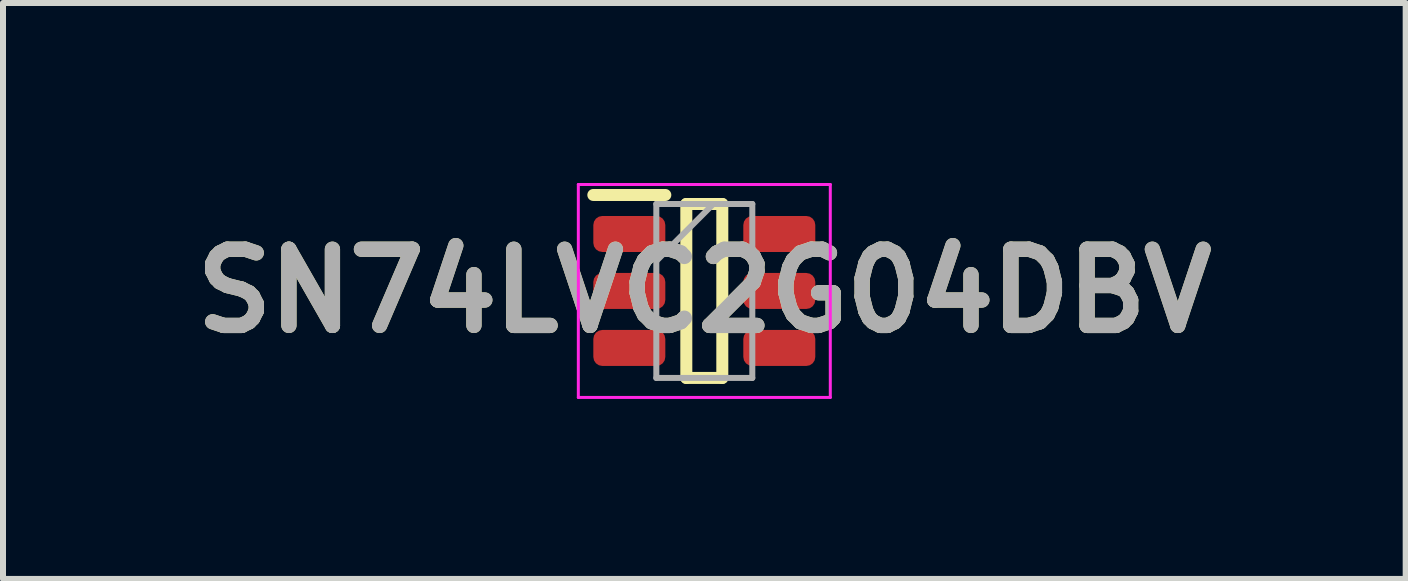
<source format=kicad_pcb>
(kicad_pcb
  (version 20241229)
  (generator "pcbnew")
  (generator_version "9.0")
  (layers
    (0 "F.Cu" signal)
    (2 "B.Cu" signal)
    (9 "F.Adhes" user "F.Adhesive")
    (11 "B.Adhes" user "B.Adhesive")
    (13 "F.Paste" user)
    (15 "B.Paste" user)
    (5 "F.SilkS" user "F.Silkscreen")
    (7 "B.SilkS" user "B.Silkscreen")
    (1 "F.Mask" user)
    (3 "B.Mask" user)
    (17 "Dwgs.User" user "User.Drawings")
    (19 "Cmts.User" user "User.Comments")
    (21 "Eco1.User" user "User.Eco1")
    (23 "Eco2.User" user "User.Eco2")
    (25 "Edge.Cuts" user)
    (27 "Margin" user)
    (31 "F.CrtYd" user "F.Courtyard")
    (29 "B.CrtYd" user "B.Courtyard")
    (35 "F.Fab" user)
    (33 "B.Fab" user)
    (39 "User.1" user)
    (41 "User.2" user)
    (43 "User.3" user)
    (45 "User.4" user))
  (footprint "SN74LVC2G04DBV"
    (layer "F.Cu")
    (at 8.69 1.8)
    (property "Reference" "SN74LVC2G04DBV" (at 0 0 0) (layer "F.SilkS") (effects (font (size 1.27 1.27) (thickness 0.254))))
    (attr smd)
    (fp_line (start -1.85 -1.6) (end -0.65 -1.6) (stroke (width 0.2) (type solid)) (layer "F.SilkS"))
    (fp_line (start -0.3 -1.45) (end 0.3 -1.45) (stroke (width 0.2) (type solid)) (layer "F.SilkS"))
    (fp_line (start -0.3 1.45) (end -0.3 -1.45) (stroke (width 0.2) (type solid)) (layer "F.SilkS"))
    (fp_line (start 0.3 -1.45) (end 0.3 1.45) (stroke (width 0.2) (type solid)) (layer "F.SilkS"))
    (fp_line (start 0.3 1.45) (end -0.3 1.45) (stroke (width 0.2) (type solid)) (layer "F.SilkS"))
    (fp_line (start -2.1 -1.775) (end 2.1 -1.775) (stroke (width 0.05) (type solid)) (layer "F.CrtYd"))
    (fp_line (start -2.1 1.775) (end -2.1 -1.775) (stroke (width 0.05) (type solid)) (layer "F.CrtYd"))
    (fp_line (start 2.1 -1.775) (end 2.1 1.775) (stroke (width 0.05) (type solid)) (layer "F.CrtYd"))
    (fp_line (start 2.1 1.775) (end -2.1 1.775) (stroke (width 0.05) (type solid)) (layer "F.CrtYd"))
    (fp_line (start -0.8 -1.45) (end 0.8 -1.45) (stroke (width 0.1) (type solid)) (layer "F.Fab"))
    (fp_line (start -0.8 -0.5) (end 0.15 -1.45) (stroke (width 0.1) (type solid)) (layer "F.Fab"))
    (fp_line (start -0.8 1.45) (end -0.8 -1.45) (stroke (width 0.1) (type solid)) (layer "F.Fab"))
    (fp_line (start 0.8 -1.45) (end 0.8 1.45) (stroke (width 0.1) (type solid)) (layer "F.Fab"))
    (fp_line (start 0.8 1.45) (end -0.8 1.45) (stroke (width 0.1) (type solid)) (layer "F.Fab"))
    (fp_text user "${REFERENCE}" (at 0 0 0) (layer "F.Fab") (effects (font (size 1.27 1.27) (thickness 0.254))))
    (pad "1" smd roundrect (at -1.25 -0.95 90) (size 0.6 1.2) (layers "F.Cu" "F.Mask" "F.Paste") (roundrect_rratio 0.25))
    (pad "2" smd roundrect (at -1.25 0 90) (size 0.6 1.2) (layers "F.Cu" "F.Mask" "F.Paste") (roundrect_rratio 0.25))
    (pad "3" smd roundrect (at -1.25 0.95 90) (size 0.6 1.2) (layers "F.Cu" "F.Mask" "F.Paste") (roundrect_rratio 0.25))
    (pad "4" smd roundrect (at 1.25 0.95 90) (size 0.6 1.2) (layers "F.Cu" "F.Mask" "F.Paste") (roundrect_rratio 0.25))
    (pad "5" smd roundrect (at 1.25 0 90) (size 0.6 1.2) (layers "F.Cu" "F.Mask" "F.Paste") (roundrect_rratio 0.25))
    (pad "6" smd roundrect (at 1.25 -0.95 90) (size 0.6 1.2) (layers "F.Cu" "F.Mask" "F.Paste") (roundrect_rratio 0.25)))
  (gr_rect
    (start -3 -3)
    (end 20.381 6.6)
    (stroke (width 0.1) (type default))
    (fill no)
    (layer "Edge.Cuts")))
</source>
